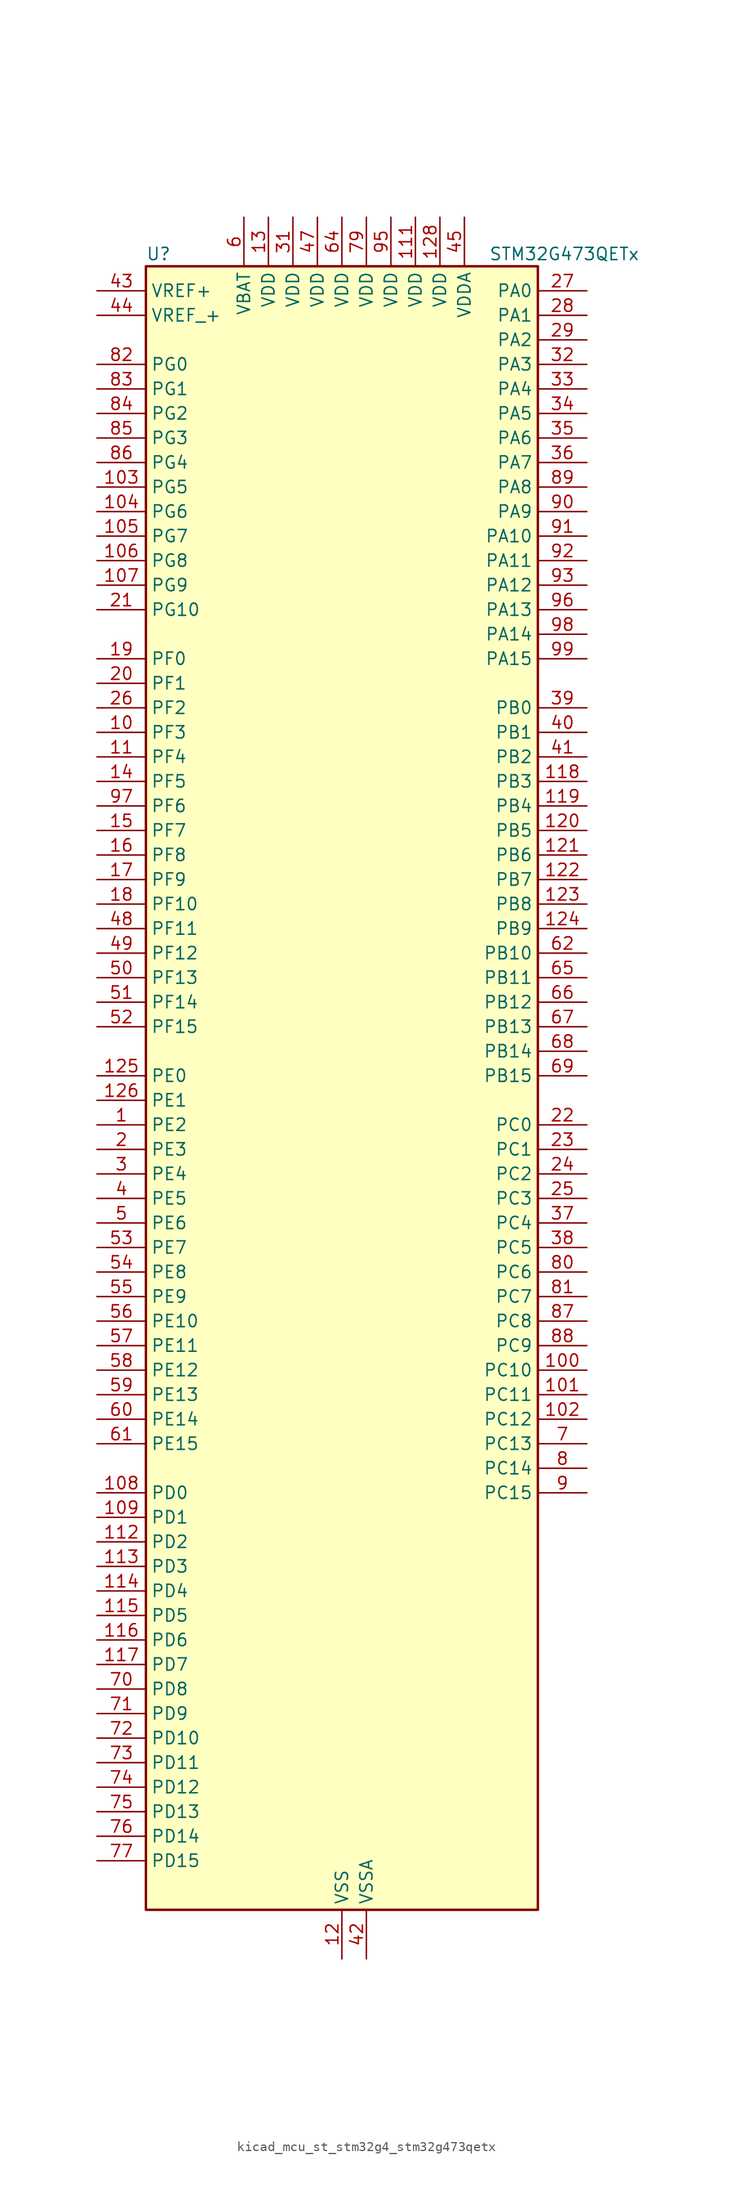
<source format=kicad_sym>
(kicad_symbol_lib
  (version 20220914)
  (generator kicad_symbol_editor)
  (symbol "kicad_mcu_st_stm32g4_stm32g473qetx"
    (property "Reference" "U"
      (at -20.32 87.63 0)
      (effects (font (size 1.27 1.27)) (justify left)))
    (property "Value" "STM32G473QETx"
      (at 15.24 87.63 0)
      (effects (font (size 1.27 1.27)) (justify left)))
    (property "ki_locked" ""
      (at 0 0 0)
      (effects (font (size 1.27 1.27))))
    (symbol "kicad_mcu_st_stm32g4_stm32g473qetx_0_1"
      (rectangle (start -20.32 -83.82) (end 20.32 86.36) (stroke (width 0.254) (type default)) (fill (type background))))
    (symbol "kicad_mcu_st_stm32g4_stm32g473qetx_1_1"
      (pin bidirectional line (at -25.4 -2.54 0) (length 5.08) (name "PE2" (effects (font (size 1.27 1.27)))) (number "1" (effects (font (size 1.27 1.27)))) (alternate "ADC3_EXTI2" bidirectional line) (alternate "ADC4_EXTI2" bidirectional line) (alternate "ADC5_EXTI2" bidirectional line) (alternate "FMC_A23" bidirectional line) (alternate "SAI1_CK1" bidirectional line) (alternate "SAI1_MCLK_A" bidirectional line) (alternate "SPI4_SCK" bidirectional line) (alternate "SYS_TRACECLK" bidirectional line) (alternate "TIM20_CH1" bidirectional line) (alternate "TIM3_CH1" bidirectional line))
      (pin bidirectional line (at -25.4 38.1 0) (length 5.08) (name "PF3" (effects (font (size 1.27 1.27)))) (number "10" (effects (font (size 1.27 1.27)))) (alternate "ADC3_EXTI3" bidirectional line) (alternate "ADC4_EXTI3" bidirectional line) (alternate "ADC5_EXTI3" bidirectional line) (alternate "FMC_A3" bidirectional line) (alternate "I2C3_SCL" bidirectional line) (alternate "TIM20_CH4" bidirectional line))
      (pin bidirectional line (at 25.4 -27.94 180) (length 5.08) (name "PC10" (effects (font (size 1.27 1.27)))) (number "100" (effects (font (size 1.27 1.27)))) (alternate "DAC1_EXTI10" bidirectional line) (alternate "DAC2_EXTI10" bidirectional line) (alternate "DAC3_EXTI10" bidirectional line) (alternate "DAC4_EXTI10" bidirectional line) (alternate "I2S3_CK" bidirectional line) (alternate "SPI3_SCK" bidirectional line) (alternate "TIM8_CH1N" bidirectional line) (alternate "UART4_TX" bidirectional line) (alternate "USART3_TX" bidirectional line))
      (pin bidirectional line (at 25.4 -30.48 180) (length 5.08) (name "PC11" (effects (font (size 1.27 1.27)))) (number "101" (effects (font (size 1.27 1.27)))) (alternate "ADC1_EXTI11" bidirectional line) (alternate "ADC2_EXTI11" bidirectional line) (alternate "I2C3_SDA" bidirectional line) (alternate "SPI3_MISO" bidirectional line) (alternate "TIM8_CH2N" bidirectional line) (alternate "UART4_RX" bidirectional line) (alternate "USART3_RX" bidirectional line))
      (pin bidirectional line (at 25.4 -33.02 180) (length 5.08) (name "PC12" (effects (font (size 1.27 1.27)))) (number "102" (effects (font (size 1.27 1.27)))) (alternate "I2S3_SD" bidirectional line) (alternate "SPI3_MOSI" bidirectional line) (alternate "TIM5_CH2" bidirectional line) (alternate "TIM8_CH3N" bidirectional line) (alternate "UART5_TX" bidirectional line) (alternate "UCPD1_FRSTX1" bidirectional line) (alternate "UCPD1_FRSTX2" bidirectional line) (alternate "USART3_CK" bidirectional line))
      (pin bidirectional line (at -25.4 63.5 0) (length 5.08) (name "PG5" (effects (font (size 1.27 1.27)))) (number "103" (effects (font (size 1.27 1.27)))) (alternate "FMC_A15" bidirectional line) (alternate "LPUART1_CTS" bidirectional line) (alternate "SPI1_NSS" bidirectional line) (alternate "TIM20_ETR" bidirectional line))
      (pin bidirectional line (at -25.4 60.96 0) (length 5.08) (name "PG6" (effects (font (size 1.27 1.27)))) (number "104" (effects (font (size 1.27 1.27)))) (alternate "FMC_INT" bidirectional line) (alternate "I2C3_SMBA" bidirectional line) (alternate "LPUART1_DE" bidirectional line) (alternate "LPUART1_RTS" bidirectional line) (alternate "TIM20_BKIN" bidirectional line))
      (pin bidirectional line (at -25.4 58.42 0) (length 5.08) (name "PG7" (effects (font (size 1.27 1.27)))) (number "105" (effects (font (size 1.27 1.27)))) (alternate "FMC_INT" bidirectional line) (alternate "I2C3_SCL" bidirectional line) (alternate "LPUART1_TX" bidirectional line) (alternate "SAI1_CK1" bidirectional line) (alternate "SAI1_MCLK_A" bidirectional line))
      (pin bidirectional line (at -25.4 55.88 0) (length 5.08) (name "PG8" (effects (font (size 1.27 1.27)))) (number "106" (effects (font (size 1.27 1.27)))) (alternate "FMC_NE3" bidirectional line) (alternate "I2C3_SDA" bidirectional line) (alternate "LPUART1_RX" bidirectional line))
      (pin bidirectional line (at -25.4 53.34 0) (length 5.08) (name "PG9" (effects (font (size 1.27 1.27)))) (number "107" (effects (font (size 1.27 1.27)))) (alternate "DAC1_EXTI9" bidirectional line) (alternate "DAC2_EXTI9" bidirectional line) (alternate "DAC3_EXTI9" bidirectional line) (alternate "DAC4_EXTI9" bidirectional line) (alternate "FMC_NCE" bidirectional line) (alternate "FMC_NE2" bidirectional line) (alternate "SPI3_SCK" bidirectional line) (alternate "TIM15_CH1N" bidirectional line) (alternate "USART1_TX" bidirectional line))
      (pin bidirectional line (at -25.4 -40.64 0) (length 5.08) (name "PD0" (effects (font (size 1.27 1.27)))) (number "108" (effects (font (size 1.27 1.27)))) (alternate "FDCAN1_RX" bidirectional line) (alternate "FMC_D2" bidirectional line) (alternate "FMC_DA2" bidirectional line) (alternate "TIM8_CH4N" bidirectional line))
      (pin bidirectional line (at -25.4 -43.18 0) (length 5.08) (name "PD1" (effects (font (size 1.27 1.27)))) (number "109" (effects (font (size 1.27 1.27)))) (alternate "FDCAN1_TX" bidirectional line) (alternate "FMC_D3" bidirectional line) (alternate "FMC_DA3" bidirectional line) (alternate "TIM8_BKIN2" bidirectional line) (alternate "TIM8_CH4" bidirectional line))
      (pin bidirectional line (at -25.4 35.56 0) (length 5.08) (name "PF4" (effects (font (size 1.27 1.27)))) (number "11" (effects (font (size 1.27 1.27)))) (alternate "COMP1_OUT" bidirectional line) (alternate "FMC_A4" bidirectional line) (alternate "I2C3_SDA" bidirectional line) (alternate "TIM20_CH1N" bidirectional line))
      (pin passive line (at 0 -88.9 90) (length 5.08) hide (name "VSS" (effects (font (size 1.27 1.27)))) (number "110" (effects (font (size 1.27 1.27)))))
      (pin power_in line (at 7.62 91.44 270) (length 5.08) (name "VDD" (effects (font (size 1.27 1.27)))) (number "111" (effects (font (size 1.27 1.27)))))
      (pin bidirectional line (at -25.4 -45.72 0) (length 5.08) (name "PD2" (effects (font (size 1.27 1.27)))) (number "112" (effects (font (size 1.27 1.27)))) (alternate "ADC3_EXTI2" bidirectional line) (alternate "ADC4_EXTI2" bidirectional line) (alternate "ADC5_EXTI2" bidirectional line) (alternate "TIM3_ETR" bidirectional line) (alternate "TIM8_BKIN" bidirectional line) (alternate "UART5_RX" bidirectional line))
      (pin bidirectional line (at -25.4 -48.26 0) (length 5.08) (name "PD3" (effects (font (size 1.27 1.27)))) (number "113" (effects (font (size 1.27 1.27)))) (alternate "ADC3_EXTI3" bidirectional line) (alternate "ADC4_EXTI3" bidirectional line) (alternate "ADC5_EXTI3" bidirectional line) (alternate "FMC_CLK" bidirectional line) (alternate "QUADSPI1_BK2_NCS" bidirectional line) (alternate "TIM2_CH1" bidirectional line) (alternate "TIM2_ETR" bidirectional line) (alternate "USART2_CTS" bidirectional line) (alternate "USART2_NSS" bidirectional line))
      (pin bidirectional line (at -25.4 -50.8 0) (length 5.08) (name "PD4" (effects (font (size 1.27 1.27)))) (number "114" (effects (font (size 1.27 1.27)))) (alternate "FMC_NOE" bidirectional line) (alternate "QUADSPI1_BK2_IO0" bidirectional line) (alternate "TIM2_CH2" bidirectional line) (alternate "USART2_DE" bidirectional line) (alternate "USART2_RTS" bidirectional line))
      (pin bidirectional line (at -25.4 -53.34 0) (length 5.08) (name "PD5" (effects (font (size 1.27 1.27)))) (number "115" (effects (font (size 1.27 1.27)))) (alternate "FMC_NWE" bidirectional line) (alternate "QUADSPI1_BK2_IO1" bidirectional line) (alternate "USART2_TX" bidirectional line))
      (pin bidirectional line (at -25.4 -55.88 0) (length 5.08) (name "PD6" (effects (font (size 1.27 1.27)))) (number "116" (effects (font (size 1.27 1.27)))) (alternate "FMC_NWAIT" bidirectional line) (alternate "QUADSPI1_BK2_IO2" bidirectional line) (alternate "SAI1_D1" bidirectional line) (alternate "SAI1_SD_A" bidirectional line) (alternate "TIM2_CH4" bidirectional line) (alternate "USART2_RX" bidirectional line))
      (pin bidirectional line (at -25.4 -58.42 0) (length 5.08) (name "PD7" (effects (font (size 1.27 1.27)))) (number "117" (effects (font (size 1.27 1.27)))) (alternate "FMC_NCE" bidirectional line) (alternate "FMC_NE1" bidirectional line) (alternate "QUADSPI1_BK2_IO3" bidirectional line) (alternate "TIM2_CH3" bidirectional line) (alternate "USART2_CK" bidirectional line))
      (pin bidirectional line (at 25.4 33.02 180) (length 5.08) (name "PB3" (effects (font (size 1.27 1.27)))) (number "118" (effects (font (size 1.27 1.27)))) (alternate "ADC3_EXTI3" bidirectional line) (alternate "ADC4_EXTI3" bidirectional line) (alternate "ADC5_EXTI3" bidirectional line) (alternate "CRS_SYNC" bidirectional line) (alternate "FDCAN3_RX" bidirectional line) (alternate "I2S3_CK" bidirectional line) (alternate "SAI1_SCK_B" bidirectional line) (alternate "SPI1_SCK" bidirectional line) (alternate "SPI3_SCK" bidirectional line) (alternate "SYS_JTDO-SWO" bidirectional line) (alternate "TIM2_CH2" bidirectional line) (alternate "TIM3_ETR" bidirectional line) (alternate "TIM4_ETR" bidirectional line) (alternate "TIM8_CH1N" bidirectional line) (alternate "USART2_TX" bidirectional line))
      (pin bidirectional line (at 25.4 30.48 180) (length 5.08) (name "PB4" (effects (font (size 1.27 1.27)))) (number "119" (effects (font (size 1.27 1.27)))) (alternate "FDCAN3_TX" bidirectional line) (alternate "SAI1_MCLK_B" bidirectional line) (alternate "SPI1_MISO" bidirectional line) (alternate "SPI3_MISO" bidirectional line) (alternate "SYS_JTRST" bidirectional line) (alternate "TIM16_CH1" bidirectional line) (alternate "TIM17_BKIN" bidirectional line) (alternate "TIM3_CH1" bidirectional line) (alternate "TIM8_CH2N" bidirectional line) (alternate "UART5_DE" bidirectional line) (alternate "UART5_RTS" bidirectional line) (alternate "UCPD1_CC2" bidirectional line) (alternate "USART2_RX" bidirectional line))
      (pin power_in line (at 0 -88.9 90) (length 5.08) (name "VSS" (effects (font (size 1.27 1.27)))) (number "12" (effects (font (size 1.27 1.27)))))
      (pin bidirectional line (at 25.4 27.94 180) (length 5.08) (name "PB5" (effects (font (size 1.27 1.27)))) (number "120" (effects (font (size 1.27 1.27)))) (alternate "FDCAN2_RX" bidirectional line) (alternate "I2C1_SMBA" bidirectional line) (alternate "I2C3_SDA" bidirectional line) (alternate "I2S3_SD" bidirectional line) (alternate "LPTIM1_IN1" bidirectional line) (alternate "SAI1_SD_B" bidirectional line) (alternate "SPI1_MOSI" bidirectional line) (alternate "SPI3_MOSI" bidirectional line) (alternate "TIM16_BKIN" bidirectional line) (alternate "TIM17_CH1" bidirectional line) (alternate "TIM3_CH2" bidirectional line) (alternate "TIM8_CH3N" bidirectional line) (alternate "UART5_CTS" bidirectional line) (alternate "USART2_CK" bidirectional line))
      (pin bidirectional line (at 25.4 25.4 180) (length 5.08) (name "PB6" (effects (font (size 1.27 1.27)))) (number "121" (effects (font (size 1.27 1.27)))) (alternate "COMP4_OUT" bidirectional line) (alternate "FDCAN2_TX" bidirectional line) (alternate "LPTIM1_ETR" bidirectional line) (alternate "SAI1_FS_B" bidirectional line) (alternate "TIM16_CH1N" bidirectional line) (alternate "TIM4_CH1" bidirectional line) (alternate "TIM8_BKIN2" bidirectional line) (alternate "TIM8_CH1" bidirectional line) (alternate "TIM8_ETR" bidirectional line) (alternate "UCPD1_CC1" bidirectional line) (alternate "USART1_TX" bidirectional line))
      (pin bidirectional line (at 25.4 22.86 180) (length 5.08) (name "PB7" (effects (font (size 1.27 1.27)))) (number "122" (effects (font (size 1.27 1.27)))) (alternate "COMP3_OUT" bidirectional line) (alternate "FMC_NL" bidirectional line) (alternate "I2C1_SDA" bidirectional line) (alternate "I2C4_SDA" bidirectional line) (alternate "LPTIM1_IN2" bidirectional line) (alternate "SYS_PVD_IN" bidirectional line) (alternate "TIM17_CH1N" bidirectional line) (alternate "TIM3_CH4" bidirectional line) (alternate "TIM4_CH2" bidirectional line) (alternate "TIM8_BKIN" bidirectional line) (alternate "UART4_CTS" bidirectional line) (alternate "USART1_RX" bidirectional line))
      (pin bidirectional line (at 25.4 20.32 180) (length 5.08) (name "PB8" (effects (font (size 1.27 1.27)))) (number "123" (effects (font (size 1.27 1.27)))) (alternate "COMP1_OUT" bidirectional line) (alternate "FDCAN1_RX" bidirectional line) (alternate "I2C1_SCL" bidirectional line) (alternate "SAI1_CK1" bidirectional line) (alternate "SAI1_MCLK_A" bidirectional line) (alternate "TIM16_CH1" bidirectional line) (alternate "TIM1_BKIN" bidirectional line) (alternate "TIM4_CH3" bidirectional line) (alternate "TIM8_CH2" bidirectional line) (alternate "USART3_RX" bidirectional line))
      (pin bidirectional line (at 25.4 17.78 180) (length 5.08) (name "PB9" (effects (font (size 1.27 1.27)))) (number "124" (effects (font (size 1.27 1.27)))) (alternate "COMP2_OUT" bidirectional line) (alternate "DAC1_EXTI9" bidirectional line) (alternate "DAC2_EXTI9" bidirectional line) (alternate "DAC3_EXTI9" bidirectional line) (alternate "DAC4_EXTI9" bidirectional line) (alternate "FDCAN1_TX" bidirectional line) (alternate "I2C1_SDA" bidirectional line) (alternate "IR_OUT" bidirectional line) (alternate "SAI1_D2" bidirectional line) (alternate "SAI1_FS_A" bidirectional line) (alternate "TIM17_CH1" bidirectional line) (alternate "TIM1_CH3N" bidirectional line) (alternate "TIM4_CH4" bidirectional line) (alternate "TIM8_CH3" bidirectional line) (alternate "USART3_TX" bidirectional line))
      (pin bidirectional line (at -25.4 2.54 0) (length 5.08) (name "PE0" (effects (font (size 1.27 1.27)))) (number "125" (effects (font (size 1.27 1.27)))) (alternate "FMC_NBL0" bidirectional line) (alternate "TIM16_CH1" bidirectional line) (alternate "TIM20_CH4N" bidirectional line) (alternate "TIM20_ETR" bidirectional line) (alternate "TIM4_ETR" bidirectional line) (alternate "USART1_TX" bidirectional line))
      (pin bidirectional line (at -25.4 0 0) (length 5.08) (name "PE1" (effects (font (size 1.27 1.27)))) (number "126" (effects (font (size 1.27 1.27)))) (alternate "FMC_NBL1" bidirectional line) (alternate "TIM17_CH1" bidirectional line) (alternate "TIM20_CH4" bidirectional line) (alternate "USART1_RX" bidirectional line))
      (pin passive line (at 0 -88.9 90) (length 5.08) hide (name "VSS" (effects (font (size 1.27 1.27)))) (number "127" (effects (font (size 1.27 1.27)))))
      (pin power_in line (at 10.16 91.44 270) (length 5.08) (name "VDD" (effects (font (size 1.27 1.27)))) (number "128" (effects (font (size 1.27 1.27)))))
      (pin power_in line (at -7.62 91.44 270) (length 5.08) (name "VDD" (effects (font (size 1.27 1.27)))) (number "13" (effects (font (size 1.27 1.27)))))
      (pin bidirectional line (at -25.4 33.02 0) (length 5.08) (name "PF5" (effects (font (size 1.27 1.27)))) (number "14" (effects (font (size 1.27 1.27)))) (alternate "FMC_A5" bidirectional line) (alternate "TIM20_CH2N" bidirectional line))
      (pin bidirectional line (at -25.4 27.94 0) (length 5.08) (name "PF7" (effects (font (size 1.27 1.27)))) (number "15" (effects (font (size 1.27 1.27)))) (alternate "FMC_A1" bidirectional line) (alternate "QUADSPI1_BK1_IO2" bidirectional line) (alternate "SAI1_MCLK_B" bidirectional line) (alternate "TIM20_BKIN" bidirectional line) (alternate "TIM5_CH2" bidirectional line))
      (pin bidirectional line (at -25.4 25.4 0) (length 5.08) (name "PF8" (effects (font (size 1.27 1.27)))) (number "16" (effects (font (size 1.27 1.27)))) (alternate "FMC_A24" bidirectional line) (alternate "QUADSPI1_BK1_IO0" bidirectional line) (alternate "SAI1_SCK_B" bidirectional line) (alternate "TIM20_BKIN2" bidirectional line) (alternate "TIM5_CH3" bidirectional line))
      (pin bidirectional line (at -25.4 22.86 0) (length 5.08) (name "PF9" (effects (font (size 1.27 1.27)))) (number "17" (effects (font (size 1.27 1.27)))) (alternate "DAC1_EXTI9" bidirectional line) (alternate "DAC2_EXTI9" bidirectional line) (alternate "DAC3_EXTI9" bidirectional line) (alternate "DAC4_EXTI9" bidirectional line) (alternate "FMC_A25" bidirectional line) (alternate "QUADSPI1_BK1_IO1" bidirectional line) (alternate "SAI1_FS_B" bidirectional line) (alternate "SPI2_SCK" bidirectional line) (alternate "TIM15_CH1" bidirectional line) (alternate "TIM20_BKIN" bidirectional line) (alternate "TIM5_CH4" bidirectional line))
      (pin bidirectional line (at -25.4 20.32 0) (length 5.08) (name "PF10" (effects (font (size 1.27 1.27)))) (number "18" (effects (font (size 1.27 1.27)))) (alternate "DAC1_EXTI10" bidirectional line) (alternate "DAC2_EXTI10" bidirectional line) (alternate "DAC3_EXTI10" bidirectional line) (alternate "DAC4_EXTI10" bidirectional line) (alternate "FMC_A0" bidirectional line) (alternate "QUADSPI1_CLK" bidirectional line) (alternate "SAI1_D3" bidirectional line) (alternate "SPI2_SCK" bidirectional line) (alternate "TIM15_CH2" bidirectional line) (alternate "TIM20_BKIN2" bidirectional line))
      (pin bidirectional line (at -25.4 45.72 0) (length 5.08) (name "PF0" (effects (font (size 1.27 1.27)))) (number "19" (effects (font (size 1.27 1.27)))) (alternate "ADC1_IN10" bidirectional line) (alternate "I2C2_SDA" bidirectional line) (alternate "I2S2_WS" bidirectional line) (alternate "RCC_OSC_IN" bidirectional line) (alternate "SPI2_NSS" bidirectional line) (alternate "TIM1_CH3N" bidirectional line))
      (pin bidirectional line (at -25.4 -5.08 0) (length 5.08) (name "PE3" (effects (font (size 1.27 1.27)))) (number "2" (effects (font (size 1.27 1.27)))) (alternate "ADC3_EXTI3" bidirectional line) (alternate "ADC4_EXTI3" bidirectional line) (alternate "ADC5_EXTI3" bidirectional line) (alternate "FMC_A19" bidirectional line) (alternate "SAI1_SD_B" bidirectional line) (alternate "SPI4_NSS" bidirectional line) (alternate "SYS_TRACED0" bidirectional line) (alternate "TIM20_CH2" bidirectional line) (alternate "TIM3_CH2" bidirectional line))
      (pin bidirectional line (at -25.4 43.18 0) (length 5.08) (name "PF1" (effects (font (size 1.27 1.27)))) (number "20" (effects (font (size 1.27 1.27)))) (alternate "ADC2_IN10" bidirectional line) (alternate "COMP3_INM" bidirectional line) (alternate "I2S2_CK" bidirectional line) (alternate "RCC_OSC_OUT" bidirectional line) (alternate "SPI2_SCK" bidirectional line))
      (pin bidirectional line (at -25.4 50.8 0) (length 5.08) (name "PG10" (effects (font (size 1.27 1.27)))) (number "21" (effects (font (size 1.27 1.27)))) (alternate "DAC1_EXTI10" bidirectional line) (alternate "DAC2_EXTI10" bidirectional line) (alternate "DAC3_EXTI10" bidirectional line) (alternate "DAC4_EXTI10" bidirectional line) (alternate "RCC_MCO" bidirectional line))
      (pin bidirectional line (at 25.4 -2.54 180) (length 5.08) (name "PC0" (effects (font (size 1.27 1.27)))) (number "22" (effects (font (size 1.27 1.27)))) (alternate "ADC1_IN6" bidirectional line) (alternate "ADC2_IN6" bidirectional line) (alternate "COMP3_INM" bidirectional line) (alternate "LPTIM1_IN1" bidirectional line) (alternate "LPUART1_RX" bidirectional line) (alternate "TIM1_CH1" bidirectional line))
      (pin bidirectional line (at 25.4 -5.08 180) (length 5.08) (name "PC1" (effects (font (size 1.27 1.27)))) (number "23" (effects (font (size 1.27 1.27)))) (alternate "ADC1_IN7" bidirectional line) (alternate "ADC2_IN7" bidirectional line) (alternate "COMP3_INP" bidirectional line) (alternate "LPTIM1_OUT" bidirectional line) (alternate "LPUART1_TX" bidirectional line) (alternate "QUADSPI1_BK2_IO0" bidirectional line) (alternate "SAI1_SD_A" bidirectional line) (alternate "TIM1_CH2" bidirectional line))
      (pin bidirectional line (at 25.4 -7.62 180) (length 5.08) (name "PC2" (effects (font (size 1.27 1.27)))) (number "24" (effects (font (size 1.27 1.27)))) (alternate "ADC1_IN8" bidirectional line) (alternate "ADC2_IN8" bidirectional line) (alternate "ADC3_EXTI2" bidirectional line) (alternate "ADC4_EXTI2" bidirectional line) (alternate "ADC5_EXTI2" bidirectional line) (alternate "COMP3_OUT" bidirectional line) (alternate "LPTIM1_IN2" bidirectional line) (alternate "QUADSPI1_BK2_IO1" bidirectional line) (alternate "TIM1_CH3" bidirectional line) (alternate "TIM20_CH2" bidirectional line))
      (pin bidirectional line (at 25.4 -10.16 180) (length 5.08) (name "PC3" (effects (font (size 1.27 1.27)))) (number "25" (effects (font (size 1.27 1.27)))) (alternate "ADC1_IN9" bidirectional line) (alternate "ADC2_IN9" bidirectional line) (alternate "ADC3_EXTI3" bidirectional line) (alternate "ADC4_EXTI3" bidirectional line) (alternate "ADC5_EXTI3" bidirectional line) (alternate "LPTIM1_ETR" bidirectional line) (alternate "OPAMP5_VINP" bidirectional line) (alternate "OPAMP5_VINP_SEC" bidirectional line) (alternate "QUADSPI1_BK2_IO2" bidirectional line) (alternate "SAI1_D1" bidirectional line) (alternate "SAI1_SD_A" bidirectional line) (alternate "TIM1_BKIN2" bidirectional line) (alternate "TIM1_CH4" bidirectional line))
      (pin bidirectional line (at -25.4 40.64 0) (length 5.08) (name "PF2" (effects (font (size 1.27 1.27)))) (number "26" (effects (font (size 1.27 1.27)))) (alternate "ADC3_EXTI2" bidirectional line) (alternate "ADC4_EXTI2" bidirectional line) (alternate "ADC5_EXTI2" bidirectional line) (alternate "FMC_A2" bidirectional line) (alternate "I2C2_SMBA" bidirectional line) (alternate "TIM20_CH3" bidirectional line))
      (pin bidirectional line (at 25.4 83.82 180) (length 5.08) (name "PA0" (effects (font (size 1.27 1.27)))) (number "27" (effects (font (size 1.27 1.27)))) (alternate "ADC1_IN1" bidirectional line) (alternate "ADC2_IN1" bidirectional line) (alternate "COMP1_INM" bidirectional line) (alternate "COMP1_OUT" bidirectional line) (alternate "COMP3_INP" bidirectional line) (alternate "RTC_TAMP2" bidirectional line) (alternate "SYS_WKUP1" bidirectional line) (alternate "TIM2_CH1" bidirectional line) (alternate "TIM2_ETR" bidirectional line) (alternate "TIM5_CH1" bidirectional line) (alternate "TIM8_BKIN" bidirectional line) (alternate "TIM8_ETR" bidirectional line) (alternate "USART2_CTS" bidirectional line) (alternate "USART2_NSS" bidirectional line))
      (pin bidirectional line (at 25.4 81.28 180) (length 5.08) (name "PA1" (effects (font (size 1.27 1.27)))) (number "28" (effects (font (size 1.27 1.27)))) (alternate "ADC1_IN2" bidirectional line) (alternate "ADC2_IN2" bidirectional line) (alternate "COMP1_INP" bidirectional line) (alternate "OPAMP1_VINP" bidirectional line) (alternate "OPAMP1_VINP_SEC" bidirectional line) (alternate "OPAMP3_VINP" bidirectional line) (alternate "OPAMP3_VINP_SEC" bidirectional line) (alternate "OPAMP6_VINM" bidirectional line) (alternate "OPAMP6_VINM0" bidirectional line) (alternate "OPAMP6_VINM_SEC" bidirectional line) (alternate "RTC_REFIN" bidirectional line) (alternate "TIM15_CH1N" bidirectional line) (alternate "TIM2_CH2" bidirectional line) (alternate "TIM5_CH2" bidirectional line) (alternate "USART2_DE" bidirectional line) (alternate "USART2_RTS" bidirectional line))
      (pin bidirectional line (at 25.4 78.74 180) (length 5.08) (name "PA2" (effects (font (size 1.27 1.27)))) (number "29" (effects (font (size 1.27 1.27)))) (alternate "ADC1_IN3" bidirectional line) (alternate "ADC3_EXTI2" bidirectional line) (alternate "ADC4_EXTI2" bidirectional line) (alternate "ADC5_EXTI2" bidirectional line) (alternate "COMP2_INM" bidirectional line) (alternate "COMP2_OUT" bidirectional line) (alternate "LPUART1_TX" bidirectional line) (alternate "OPAMP1_VOUT" bidirectional line) (alternate "QUADSPI1_BK1_NCS" bidirectional line) (alternate "RCC_LSCO" bidirectional line) (alternate "SYS_WKUP4" bidirectional line) (alternate "TIM15_CH1" bidirectional line) (alternate "TIM2_CH3" bidirectional line) (alternate "TIM5_CH3" bidirectional line) (alternate "UCPD1_FRSTX1" bidirectional line) (alternate "UCPD1_FRSTX2" bidirectional line) (alternate "USART2_TX" bidirectional line))
      (pin bidirectional line (at -25.4 -7.62 0) (length 5.08) (name "PE4" (effects (font (size 1.27 1.27)))) (number "3" (effects (font (size 1.27 1.27)))) (alternate "FMC_A20" bidirectional line) (alternate "SAI1_D2" bidirectional line) (alternate "SAI1_FS_A" bidirectional line) (alternate "SPI4_NSS" bidirectional line) (alternate "SYS_TRACED1" bidirectional line) (alternate "TIM20_CH1N" bidirectional line) (alternate "TIM3_CH3" bidirectional line))
      (pin passive line (at 0 -88.9 90) (length 5.08) hide (name "VSS" (effects (font (size 1.27 1.27)))) (number "30" (effects (font (size 1.27 1.27)))))
      (pin power_in line (at -5.08 91.44 270) (length 5.08) (name "VDD" (effects (font (size 1.27 1.27)))) (number "31" (effects (font (size 1.27 1.27)))))
      (pin bidirectional line (at 25.4 76.2 180) (length 5.08) (name "PA3" (effects (font (size 1.27 1.27)))) (number "32" (effects (font (size 1.27 1.27)))) (alternate "ADC1_IN4" bidirectional line) (alternate "ADC3_EXTI3" bidirectional line) (alternate "ADC4_EXTI3" bidirectional line) (alternate "ADC5_EXTI3" bidirectional line) (alternate "COMP2_INP" bidirectional line) (alternate "LPUART1_RX" bidirectional line) (alternate "OPAMP1_VINM" bidirectional line) (alternate "OPAMP1_VINM0" bidirectional line) (alternate "OPAMP1_VINM_SEC" bidirectional line) (alternate "OPAMP1_VINP" bidirectional line) (alternate "OPAMP1_VINP_SEC" bidirectional line) (alternate "OPAMP5_VINM" bidirectional line) (alternate "OPAMP5_VINM1" bidirectional line) (alternate "OPAMP5_VINM_SEC" bidirectional line) (alternate "QUADSPI1_CLK" bidirectional line) (alternate "SAI1_CK1" bidirectional line) (alternate "SAI1_MCLK_A" bidirectional line) (alternate "TIM15_CH2" bidirectional line) (alternate "TIM2_CH4" bidirectional line) (alternate "TIM5_CH4" bidirectional line) (alternate "USART2_RX" bidirectional line))
      (pin bidirectional line (at 25.4 73.66 180) (length 5.08) (name "PA4" (effects (font (size 1.27 1.27)))) (number "33" (effects (font (size 1.27 1.27)))) (alternate "ADC2_IN17" bidirectional line) (alternate "COMP1_INM" bidirectional line) (alternate "DAC1_OUT1" bidirectional line) (alternate "I2S3_WS" bidirectional line) (alternate "SAI1_FS_B" bidirectional line) (alternate "SPI1_NSS" bidirectional line) (alternate "SPI3_NSS" bidirectional line) (alternate "TIM3_CH2" bidirectional line) (alternate "USART2_CK" bidirectional line))
      (pin bidirectional line (at 25.4 71.12 180) (length 5.08) (name "PA5" (effects (font (size 1.27 1.27)))) (number "34" (effects (font (size 1.27 1.27)))) (alternate "ADC2_IN13" bidirectional line) (alternate "COMP2_INM" bidirectional line) (alternate "DAC1_OUT2" bidirectional line) (alternate "OPAMP2_VINM" bidirectional line) (alternate "OPAMP2_VINM0" bidirectional line) (alternate "OPAMP2_VINM_SEC" bidirectional line) (alternate "SPI1_SCK" bidirectional line) (alternate "TIM2_CH1" bidirectional line) (alternate "TIM2_ETR" bidirectional line) (alternate "UCPD1_FRSTX1" bidirectional line) (alternate "UCPD1_FRSTX2" bidirectional line))
      (pin bidirectional line (at 25.4 68.58 180) (length 5.08) (name "PA6" (effects (font (size 1.27 1.27)))) (number "35" (effects (font (size 1.27 1.27)))) (alternate "ADC2_IN3" bidirectional line) (alternate "COMP1_OUT" bidirectional line) (alternate "DAC2_OUT1" bidirectional line) (alternate "LPUART1_CTS" bidirectional line) (alternate "OPAMP2_VOUT" bidirectional line) (alternate "QUADSPI1_BK1_IO3" bidirectional line) (alternate "SPI1_MISO" bidirectional line) (alternate "TIM16_CH1" bidirectional line) (alternate "TIM1_BKIN" bidirectional line) (alternate "TIM3_CH1" bidirectional line) (alternate "TIM8_BKIN" bidirectional line))
      (pin bidirectional line (at 25.4 66.04 180) (length 5.08) (name "PA7" (effects (font (size 1.27 1.27)))) (number "36" (effects (font (size 1.27 1.27)))) (alternate "ADC2_IN4" bidirectional line) (alternate "COMP2_INP" bidirectional line) (alternate "COMP2_OUT" bidirectional line) (alternate "OPAMP1_VINP" bidirectional line) (alternate "OPAMP1_VINP_SEC" bidirectional line) (alternate "OPAMP2_VINP" bidirectional line) (alternate "OPAMP2_VINP_SEC" bidirectional line) (alternate "QUADSPI1_BK1_IO2" bidirectional line) (alternate "SPI1_MOSI" bidirectional line) (alternate "TIM17_CH1" bidirectional line) (alternate "TIM1_CH1N" bidirectional line) (alternate "TIM3_CH2" bidirectional line) (alternate "TIM8_CH1N" bidirectional line) (alternate "UCPD1_FRSTX1" bidirectional line) (alternate "UCPD1_FRSTX2" bidirectional line))
      (pin bidirectional line (at 25.4 -12.7 180) (length 5.08) (name "PC4" (effects (font (size 1.27 1.27)))) (number "37" (effects (font (size 1.27 1.27)))) (alternate "ADC2_IN5" bidirectional line) (alternate "I2C2_SCL" bidirectional line) (alternate "QUADSPI1_BK2_IO3" bidirectional line) (alternate "TIM1_ETR" bidirectional line) (alternate "USART1_TX" bidirectional line))
      (pin bidirectional line (at 25.4 -15.24 180) (length 5.08) (name "PC5" (effects (font (size 1.27 1.27)))) (number "38" (effects (font (size 1.27 1.27)))) (alternate "ADC2_IN11" bidirectional line) (alternate "OPAMP1_VINM" bidirectional line) (alternate "OPAMP1_VINM1" bidirectional line) (alternate "OPAMP1_VINM_SEC" bidirectional line) (alternate "OPAMP2_VINM" bidirectional line) (alternate "OPAMP2_VINM1" bidirectional line) (alternate "OPAMP2_VINM_SEC" bidirectional line) (alternate "SAI1_D3" bidirectional line) (alternate "SYS_WKUP5" bidirectional line) (alternate "TIM15_BKIN" bidirectional line) (alternate "TIM1_CH4N" bidirectional line) (alternate "USART1_RX" bidirectional line))
      (pin bidirectional line (at 25.4 40.64 180) (length 5.08) (name "PB0" (effects (font (size 1.27 1.27)))) (number "39" (effects (font (size 1.27 1.27)))) (alternate "ADC1_IN15" bidirectional line) (alternate "ADC3_IN12" bidirectional line) (alternate "COMP4_INP" bidirectional line) (alternate "OPAMP2_VINP" bidirectional line) (alternate "OPAMP2_VINP_SEC" bidirectional line) (alternate "OPAMP3_VINP" bidirectional line) (alternate "OPAMP3_VINP_SEC" bidirectional line) (alternate "QUADSPI1_BK1_IO1" bidirectional line) (alternate "TIM1_CH2N" bidirectional line) (alternate "TIM3_CH3" bidirectional line) (alternate "TIM8_CH2N" bidirectional line) (alternate "UCPD1_FRSTX1" bidirectional line) (alternate "UCPD1_FRSTX2" bidirectional line))
      (pin bidirectional line (at -25.4 -10.16 0) (length 5.08) (name "PE5" (effects (font (size 1.27 1.27)))) (number "4" (effects (font (size 1.27 1.27)))) (alternate "FMC_A21" bidirectional line) (alternate "SAI1_CK2" bidirectional line) (alternate "SAI1_SCK_A" bidirectional line) (alternate "SPI4_MISO" bidirectional line) (alternate "SYS_TRACED2" bidirectional line) (alternate "TIM20_CH2N" bidirectional line) (alternate "TIM3_CH4" bidirectional line))
      (pin bidirectional line (at 25.4 38.1 180) (length 5.08) (name "PB1" (effects (font (size 1.27 1.27)))) (number "40" (effects (font (size 1.27 1.27)))) (alternate "ADC1_IN12" bidirectional line) (alternate "ADC3_IN1" bidirectional line) (alternate "COMP1_INP" bidirectional line) (alternate "COMP4_OUT" bidirectional line) (alternate "LPUART1_DE" bidirectional line) (alternate "LPUART1_RTS" bidirectional line) (alternate "OPAMP3_VOUT" bidirectional line) (alternate "OPAMP6_VINM" bidirectional line) (alternate "OPAMP6_VINM1" bidirectional line) (alternate "OPAMP6_VINM_SEC" bidirectional line) (alternate "QUADSPI1_BK1_IO0" bidirectional line) (alternate "TIM1_CH3N" bidirectional line) (alternate "TIM3_CH4" bidirectional line) (alternate "TIM8_CH3N" bidirectional line))
      (pin bidirectional line (at 25.4 35.56 180) (length 5.08) (name "PB2" (effects (font (size 1.27 1.27)))) (number "41" (effects (font (size 1.27 1.27)))) (alternate "ADC2_IN12" bidirectional line) (alternate "ADC3_EXTI2" bidirectional line) (alternate "ADC4_EXTI2" bidirectional line) (alternate "ADC5_EXTI2" bidirectional line) (alternate "COMP4_INM" bidirectional line) (alternate "I2C3_SMBA" bidirectional line) (alternate "LPTIM1_OUT" bidirectional line) (alternate "OPAMP3_VINM" bidirectional line) (alternate "OPAMP3_VINM0" bidirectional line) (alternate "OPAMP3_VINM_SEC" bidirectional line) (alternate "QUADSPI1_BK2_IO1" bidirectional line) (alternate "RTC_OUT2" bidirectional line) (alternate "TIM20_CH1" bidirectional line) (alternate "TIM5_CH1" bidirectional line))
      (pin power_in line (at 2.54 -88.9 90) (length 5.08) (name "VSSA" (effects (font (size 1.27 1.27)))) (number "42" (effects (font (size 1.27 1.27)))))
      (pin input line (at -25.4 83.82 0) (length 5.08) (name "VREF+" (effects (font (size 1.27 1.27)))) (number "43" (effects (font (size 1.27 1.27)))) (alternate "VREFBUF_OUT1" bidirectional line))
      (pin input line (at -25.4 81.28 0) (length 5.08) (name "VREF_+" (effects (font (size 1.27 1.27)))) (number "44" (effects (font (size 1.27 1.27)))) (alternate "VREFBUF_OUT2" bidirectional line))
      (pin power_in line (at 12.7 91.44 270) (length 5.08) (name "VDDA" (effects (font (size 1.27 1.27)))) (number "45" (effects (font (size 1.27 1.27)))))
      (pin passive line (at 0 -88.9 90) (length 5.08) hide (name "VSS" (effects (font (size 1.27 1.27)))) (number "46" (effects (font (size 1.27 1.27)))))
      (pin power_in line (at -2.54 91.44 270) (length 5.08) (name "VDD" (effects (font (size 1.27 1.27)))) (number "47" (effects (font (size 1.27 1.27)))))
      (pin bidirectional line (at -25.4 17.78 0) (length 5.08) (name "PF11" (effects (font (size 1.27 1.27)))) (number "48" (effects (font (size 1.27 1.27)))) (alternate "ADC1_EXTI11" bidirectional line) (alternate "ADC2_EXTI11" bidirectional line) (alternate "FMC_NE4" bidirectional line) (alternate "TIM20_ETR" bidirectional line))
      (pin bidirectional line (at -25.4 15.24 0) (length 5.08) (name "PF12" (effects (font (size 1.27 1.27)))) (number "49" (effects (font (size 1.27 1.27)))) (alternate "FMC_A6" bidirectional line) (alternate "TIM20_CH1" bidirectional line))
      (pin bidirectional line (at -25.4 -12.7 0) (length 5.08) (name "PE6" (effects (font (size 1.27 1.27)))) (number "5" (effects (font (size 1.27 1.27)))) (alternate "FMC_A22" bidirectional line) (alternate "RTC_TAMP3" bidirectional line) (alternate "SAI1_D1" bidirectional line) (alternate "SAI1_SD_A" bidirectional line) (alternate "SPI4_MOSI" bidirectional line) (alternate "SYS_TRACED3" bidirectional line) (alternate "SYS_WKUP3" bidirectional line) (alternate "TIM20_CH3N" bidirectional line))
      (pin bidirectional line (at -25.4 12.7 0) (length 5.08) (name "PF13" (effects (font (size 1.27 1.27)))) (number "50" (effects (font (size 1.27 1.27)))) (alternate "FMC_A7" bidirectional line) (alternate "I2C4_SMBA" bidirectional line) (alternate "TIM20_CH2" bidirectional line))
      (pin bidirectional line (at -25.4 10.16 0) (length 5.08) (name "PF14" (effects (font (size 1.27 1.27)))) (number "51" (effects (font (size 1.27 1.27)))) (alternate "FMC_A8" bidirectional line) (alternate "I2C4_SCL" bidirectional line) (alternate "TIM20_CH3" bidirectional line))
      (pin bidirectional line (at -25.4 7.62 0) (length 5.08) (name "PF15" (effects (font (size 1.27 1.27)))) (number "52" (effects (font (size 1.27 1.27)))) (alternate "ADC1_EXTI15" bidirectional line) (alternate "ADC2_EXTI15" bidirectional line) (alternate "FMC_A9" bidirectional line) (alternate "I2C4_SDA" bidirectional line) (alternate "TIM20_CH4" bidirectional line))
      (pin bidirectional line (at -25.4 -15.24 0) (length 5.08) (name "PE7" (effects (font (size 1.27 1.27)))) (number "53" (effects (font (size 1.27 1.27)))) (alternate "ADC3_IN4" bidirectional line) (alternate "COMP4_INP" bidirectional line) (alternate "FMC_D4" bidirectional line) (alternate "FMC_DA4" bidirectional line) (alternate "SAI1_SD_B" bidirectional line) (alternate "TIM1_ETR" bidirectional line))
      (pin bidirectional line (at -25.4 -17.78 0) (length 5.08) (name "PE8" (effects (font (size 1.27 1.27)))) (number "54" (effects (font (size 1.27 1.27)))) (alternate "ADC3_IN6" bidirectional line) (alternate "ADC4_IN6" bidirectional line) (alternate "ADC5_IN6" bidirectional line) (alternate "COMP4_INM" bidirectional line) (alternate "FMC_D5" bidirectional line) (alternate "FMC_DA5" bidirectional line) (alternate "SAI1_SCK_B" bidirectional line) (alternate "TIM1_CH1N" bidirectional line) (alternate "TIM5_CH3" bidirectional line))
      (pin bidirectional line (at -25.4 -20.32 0) (length 5.08) (name "PE9" (effects (font (size 1.27 1.27)))) (number "55" (effects (font (size 1.27 1.27)))) (alternate "ADC3_IN2" bidirectional line) (alternate "DAC1_EXTI9" bidirectional line) (alternate "DAC2_EXTI9" bidirectional line) (alternate "DAC3_EXTI9" bidirectional line) (alternate "DAC4_EXTI9" bidirectional line) (alternate "FMC_D6" bidirectional line) (alternate "FMC_DA6" bidirectional line) (alternate "SAI1_FS_B" bidirectional line) (alternate "TIM1_CH1" bidirectional line) (alternate "TIM5_CH4" bidirectional line))
      (pin bidirectional line (at -25.4 -22.86 0) (length 5.08) (name "PE10" (effects (font (size 1.27 1.27)))) (number "56" (effects (font (size 1.27 1.27)))) (alternate "ADC3_IN14" bidirectional line) (alternate "ADC4_IN14" bidirectional line) (alternate "ADC5_IN14" bidirectional line) (alternate "DAC1_EXTI10" bidirectional line) (alternate "DAC2_EXTI10" bidirectional line) (alternate "DAC3_EXTI10" bidirectional line) (alternate "DAC4_EXTI10" bidirectional line) (alternate "FMC_D7" bidirectional line) (alternate "FMC_DA7" bidirectional line) (alternate "QUADSPI1_CLK" bidirectional line) (alternate "SAI1_MCLK_B" bidirectional line) (alternate "TIM1_CH2N" bidirectional line))
      (pin bidirectional line (at -25.4 -25.4 0) (length 5.08) (name "PE11" (effects (font (size 1.27 1.27)))) (number "57" (effects (font (size 1.27 1.27)))) (alternate "ADC1_EXTI11" bidirectional line) (alternate "ADC2_EXTI11" bidirectional line) (alternate "ADC3_IN15" bidirectional line) (alternate "ADC4_IN15" bidirectional line) (alternate "ADC5_IN15" bidirectional line) (alternate "FMC_D8" bidirectional line) (alternate "FMC_DA8" bidirectional line) (alternate "QUADSPI1_BK1_NCS" bidirectional line) (alternate "SPI4_NSS" bidirectional line) (alternate "TIM1_CH2" bidirectional line))
      (pin bidirectional line (at -25.4 -27.94 0) (length 5.08) (name "PE12" (effects (font (size 1.27 1.27)))) (number "58" (effects (font (size 1.27 1.27)))) (alternate "ADC3_IN16" bidirectional line) (alternate "ADC4_IN16" bidirectional line) (alternate "ADC5_IN16" bidirectional line) (alternate "FMC_D9" bidirectional line) (alternate "FMC_DA9" bidirectional line) (alternate "QUADSPI1_BK1_IO0" bidirectional line) (alternate "SPI4_SCK" bidirectional line) (alternate "TIM1_CH3N" bidirectional line))
      (pin bidirectional line (at -25.4 -30.48 0) (length 5.08) (name "PE13" (effects (font (size 1.27 1.27)))) (number "59" (effects (font (size 1.27 1.27)))) (alternate "ADC3_IN3" bidirectional line) (alternate "FMC_D10" bidirectional line) (alternate "FMC_DA10" bidirectional line) (alternate "QUADSPI1_BK1_IO1" bidirectional line) (alternate "SPI4_MISO" bidirectional line) (alternate "TIM1_CH3" bidirectional line))
      (pin power_in line (at -10.16 91.44 270) (length 5.08) (name "VBAT" (effects (font (size 1.27 1.27)))) (number "6" (effects (font (size 1.27 1.27)))))
      (pin bidirectional line (at -25.4 -33.02 0) (length 5.08) (name "PE14" (effects (font (size 1.27 1.27)))) (number "60" (effects (font (size 1.27 1.27)))) (alternate "ADC4_IN1" bidirectional line) (alternate "FMC_D11" bidirectional line) (alternate "FMC_DA11" bidirectional line) (alternate "QUADSPI1_BK1_IO2" bidirectional line) (alternate "SPI4_MOSI" bidirectional line) (alternate "TIM1_BKIN2" bidirectional line) (alternate "TIM1_CH4" bidirectional line))
      (pin bidirectional line (at -25.4 -35.56 0) (length 5.08) (name "PE15" (effects (font (size 1.27 1.27)))) (number "61" (effects (font (size 1.27 1.27)))) (alternate "ADC1_EXTI15" bidirectional line) (alternate "ADC2_EXTI15" bidirectional line) (alternate "ADC4_IN2" bidirectional line) (alternate "FMC_D12" bidirectional line) (alternate "FMC_DA12" bidirectional line) (alternate "QUADSPI1_BK1_IO3" bidirectional line) (alternate "TIM1_BKIN" bidirectional line) (alternate "TIM1_CH4N" bidirectional line) (alternate "USART3_RX" bidirectional line))
      (pin bidirectional line (at 25.4 15.24 180) (length 5.08) (name "PB10" (effects (font (size 1.27 1.27)))) (number "62" (effects (font (size 1.27 1.27)))) (alternate "COMP5_INM" bidirectional line) (alternate "DAC1_EXTI10" bidirectional line) (alternate "DAC2_EXTI10" bidirectional line) (alternate "DAC3_EXTI10" bidirectional line) (alternate "DAC4_EXTI10" bidirectional line) (alternate "LPUART1_RX" bidirectional line) (alternate "OPAMP3_VINM" bidirectional line) (alternate "OPAMP3_VINM1" bidirectional line) (alternate "OPAMP3_VINM_SEC" bidirectional line) (alternate "OPAMP4_VINM" bidirectional line) (alternate "OPAMP4_VINM0" bidirectional line) (alternate "OPAMP4_VINM_SEC" bidirectional line) (alternate "QUADSPI1_CLK" bidirectional line) (alternate "SAI1_SCK_A" bidirectional line) (alternate "TIM1_BKIN" bidirectional line) (alternate "TIM2_CH3" bidirectional line) (alternate "USART3_TX" bidirectional line))
      (pin passive line (at 0 -88.9 90) (length 5.08) hide (name "VSS" (effects (font (size 1.27 1.27)))) (number "63" (effects (font (size 1.27 1.27)))))
      (pin power_in line (at 0 91.44 270) (length 5.08) (name "VDD" (effects (font (size 1.27 1.27)))) (number "64" (effects (font (size 1.27 1.27)))))
      (pin bidirectional line (at 25.4 12.7 180) (length 5.08) (name "PB11" (effects (font (size 1.27 1.27)))) (number "65" (effects (font (size 1.27 1.27)))) (alternate "ADC1_EXTI11" bidirectional line) (alternate "ADC1_IN14" bidirectional line) (alternate "ADC2_EXTI11" bidirectional line) (alternate "ADC2_IN14" bidirectional line) (alternate "COMP6_INP" bidirectional line) (alternate "LPUART1_TX" bidirectional line) (alternate "OPAMP4_VINP" bidirectional line) (alternate "OPAMP4_VINP_SEC" bidirectional line) (alternate "OPAMP6_VOUT" bidirectional line) (alternate "QUADSPI1_BK1_NCS" bidirectional line) (alternate "TIM2_CH4" bidirectional line) (alternate "USART3_RX" bidirectional line))
      (pin bidirectional line (at 25.4 10.16 180) (length 5.08) (name "PB12" (effects (font (size 1.27 1.27)))) (number "66" (effects (font (size 1.27 1.27)))) (alternate "ADC1_IN11" bidirectional line) (alternate "ADC4_IN3" bidirectional line) (alternate "COMP7_INM" bidirectional line) (alternate "FDCAN2_RX" bidirectional line) (alternate "I2C2_SMBA" bidirectional line) (alternate "I2S2_WS" bidirectional line) (alternate "LPUART1_DE" bidirectional line) (alternate "LPUART1_RTS" bidirectional line) (alternate "OPAMP4_VOUT" bidirectional line) (alternate "OPAMP6_VINP" bidirectional line) (alternate "OPAMP6_VINP_SEC" bidirectional line) (alternate "SPI2_NSS" bidirectional line) (alternate "TIM1_BKIN" bidirectional line) (alternate "TIM5_ETR" bidirectional line) (alternate "USART3_CK" bidirectional line))
      (pin bidirectional line (at 25.4 7.62 180) (length 5.08) (name "PB13" (effects (font (size 1.27 1.27)))) (number "67" (effects (font (size 1.27 1.27)))) (alternate "ADC3_IN5" bidirectional line) (alternate "COMP5_INP" bidirectional line) (alternate "FDCAN2_TX" bidirectional line) (alternate "I2S2_CK" bidirectional line) (alternate "LPUART1_CTS" bidirectional line) (alternate "OPAMP3_VINP" bidirectional line) (alternate "OPAMP3_VINP_SEC" bidirectional line) (alternate "OPAMP4_VINP" bidirectional line) (alternate "OPAMP4_VINP_SEC" bidirectional line) (alternate "OPAMP6_VINP" bidirectional line) (alternate "OPAMP6_VINP_SEC" bidirectional line) (alternate "SPI2_SCK" bidirectional line) (alternate "TIM1_CH1N" bidirectional line) (alternate "USART3_CTS" bidirectional line) (alternate "USART3_NSS" bidirectional line))
      (pin bidirectional line (at 25.4 5.08 180) (length 5.08) (name "PB14" (effects (font (size 1.27 1.27)))) (number "68" (effects (font (size 1.27 1.27)))) (alternate "ADC1_IN5" bidirectional line) (alternate "ADC4_IN4" bidirectional line) (alternate "COMP4_OUT" bidirectional line) (alternate "COMP7_INP" bidirectional line) (alternate "OPAMP2_VINP" bidirectional line) (alternate "OPAMP2_VINP_SEC" bidirectional line) (alternate "OPAMP5_VINP" bidirectional line) (alternate "OPAMP5_VINP_SEC" bidirectional line) (alternate "SPI2_MISO" bidirectional line) (alternate "TIM15_CH1" bidirectional line) (alternate "TIM1_CH2N" bidirectional line) (alternate "USART3_DE" bidirectional line) (alternate "USART3_RTS" bidirectional line))
      (pin bidirectional line (at 25.4 2.54 180) (length 5.08) (name "PB15" (effects (font (size 1.27 1.27)))) (number "69" (effects (font (size 1.27 1.27)))) (alternate "ADC1_EXTI15" bidirectional line) (alternate "ADC2_EXTI15" bidirectional line) (alternate "ADC2_IN15" bidirectional line) (alternate "ADC4_IN5" bidirectional line) (alternate "COMP3_OUT" bidirectional line) (alternate "COMP6_INM" bidirectional line) (alternate "I2S2_SD" bidirectional line) (alternate "OPAMP5_VINM" bidirectional line) (alternate "OPAMP5_VINM0" bidirectional line) (alternate "OPAMP5_VINM_SEC" bidirectional line) (alternate "RTC_REFIN" bidirectional line) (alternate "SPI2_MOSI" bidirectional line) (alternate "TIM15_CH1N" bidirectional line) (alternate "TIM15_CH2" bidirectional line) (alternate "TIM1_CH3N" bidirectional line))
      (pin bidirectional line (at 25.4 -35.56 180) (length 5.08) (name "PC13" (effects (font (size 1.27 1.27)))) (number "7" (effects (font (size 1.27 1.27)))) (alternate "RTC_OUT1" bidirectional line) (alternate "RTC_TAMP1" bidirectional line) (alternate "RTC_TS" bidirectional line) (alternate "SYS_WKUP2" bidirectional line) (alternate "TIM1_BKIN" bidirectional line) (alternate "TIM1_CH1N" bidirectional line) (alternate "TIM8_CH4N" bidirectional line))
      (pin bidirectional line (at -25.4 -60.96 0) (length 5.08) (name "PD8" (effects (font (size 1.27 1.27)))) (number "70" (effects (font (size 1.27 1.27)))) (alternate "ADC4_IN12" bidirectional line) (alternate "ADC5_IN12" bidirectional line) (alternate "FMC_D13" bidirectional line) (alternate "FMC_DA13" bidirectional line) (alternate "OPAMP4_VINM" bidirectional line) (alternate "OPAMP4_VINM1" bidirectional line) (alternate "OPAMP4_VINM_SEC" bidirectional line) (alternate "USART3_TX" bidirectional line))
      (pin bidirectional line (at -25.4 -63.5 0) (length 5.08) (name "PD9" (effects (font (size 1.27 1.27)))) (number "71" (effects (font (size 1.27 1.27)))) (alternate "ADC4_IN13" bidirectional line) (alternate "ADC5_IN13" bidirectional line) (alternate "DAC1_EXTI9" bidirectional line) (alternate "DAC2_EXTI9" bidirectional line) (alternate "DAC3_EXTI9" bidirectional line) (alternate "DAC4_EXTI9" bidirectional line) (alternate "FMC_D14" bidirectional line) (alternate "FMC_DA14" bidirectional line) (alternate "OPAMP6_VINP" bidirectional line) (alternate "OPAMP6_VINP_SEC" bidirectional line) (alternate "USART3_RX" bidirectional line))
      (pin bidirectional line (at -25.4 -66.04 0) (length 5.08) (name "PD10" (effects (font (size 1.27 1.27)))) (number "72" (effects (font (size 1.27 1.27)))) (alternate "ADC3_IN7" bidirectional line) (alternate "ADC4_IN7" bidirectional line) (alternate "ADC5_IN7" bidirectional line) (alternate "COMP6_INM" bidirectional line) (alternate "DAC1_EXTI10" bidirectional line) (alternate "DAC2_EXTI10" bidirectional line) (alternate "DAC3_EXTI10" bidirectional line) (alternate "DAC4_EXTI10" bidirectional line) (alternate "FMC_D15" bidirectional line) (alternate "FMC_DA15" bidirectional line) (alternate "USART3_CK" bidirectional line))
      (pin bidirectional line (at -25.4 -68.58 0) (length 5.08) (name "PD11" (effects (font (size 1.27 1.27)))) (number "73" (effects (font (size 1.27 1.27)))) (alternate "ADC1_EXTI11" bidirectional line) (alternate "ADC2_EXTI11" bidirectional line) (alternate "ADC3_IN8" bidirectional line) (alternate "ADC4_IN8" bidirectional line) (alternate "ADC5_IN8" bidirectional line) (alternate "COMP6_INP" bidirectional line) (alternate "FMC_A16" bidirectional line) (alternate "FMC_CLE" bidirectional line) (alternate "I2C4_SMBA" bidirectional line) (alternate "OPAMP4_VINP" bidirectional line) (alternate "OPAMP4_VINP_SEC" bidirectional line) (alternate "TIM5_ETR" bidirectional line) (alternate "USART3_CTS" bidirectional line) (alternate "USART3_NSS" bidirectional line))
      (pin bidirectional line (at -25.4 -71.12 0) (length 5.08) (name "PD12" (effects (font (size 1.27 1.27)))) (number "74" (effects (font (size 1.27 1.27)))) (alternate "ADC3_IN9" bidirectional line) (alternate "ADC4_IN9" bidirectional line) (alternate "ADC5_IN9" bidirectional line) (alternate "COMP5_INP" bidirectional line) (alternate "FMC_A17" bidirectional line) (alternate "FMC_ALE" bidirectional line) (alternate "OPAMP5_VINP" bidirectional line) (alternate "OPAMP5_VINP_SEC" bidirectional line) (alternate "TIM4_CH1" bidirectional line) (alternate "USART3_DE" bidirectional line) (alternate "USART3_RTS" bidirectional line))
      (pin bidirectional line (at -25.4 -73.66 0) (length 5.08) (name "PD13" (effects (font (size 1.27 1.27)))) (number "75" (effects (font (size 1.27 1.27)))) (alternate "ADC3_IN10" bidirectional line) (alternate "ADC4_IN10" bidirectional line) (alternate "ADC5_IN10" bidirectional line) (alternate "COMP5_INM" bidirectional line) (alternate "FMC_A18" bidirectional line) (alternate "TIM4_CH2" bidirectional line))
      (pin bidirectional line (at -25.4 -76.2 0) (length 5.08) (name "PD14" (effects (font (size 1.27 1.27)))) (number "76" (effects (font (size 1.27 1.27)))) (alternate "ADC3_IN11" bidirectional line) (alternate "ADC4_IN11" bidirectional line) (alternate "ADC5_IN11" bidirectional line) (alternate "COMP7_INP" bidirectional line) (alternate "FMC_D0" bidirectional line) (alternate "FMC_DA0" bidirectional line) (alternate "OPAMP2_VINP" bidirectional line) (alternate "OPAMP2_VINP_SEC" bidirectional line) (alternate "TIM4_CH3" bidirectional line))
      (pin bidirectional line (at -25.4 -78.74 0) (length 5.08) (name "PD15" (effects (font (size 1.27 1.27)))) (number "77" (effects (font (size 1.27 1.27)))) (alternate "ADC1_EXTI15" bidirectional line) (alternate "ADC2_EXTI15" bidirectional line) (alternate "COMP7_INM" bidirectional line) (alternate "FMC_D1" bidirectional line) (alternate "FMC_DA1" bidirectional line) (alternate "SPI2_NSS" bidirectional line) (alternate "TIM4_CH4" bidirectional line))
      (pin passive line (at 0 -88.9 90) (length 5.08) hide (name "VSS" (effects (font (size 1.27 1.27)))) (number "78" (effects (font (size 1.27 1.27)))))
      (pin power_in line (at 2.54 91.44 270) (length 5.08) (name "VDD" (effects (font (size 1.27 1.27)))) (number "79" (effects (font (size 1.27 1.27)))))
      (pin bidirectional line (at 25.4 -38.1 180) (length 5.08) (name "PC14" (effects (font (size 1.27 1.27)))) (number "8" (effects (font (size 1.27 1.27)))) (alternate "RCC_OSC32_IN" bidirectional line))
      (pin bidirectional line (at 25.4 -17.78 180) (length 5.08) (name "PC6" (effects (font (size 1.27 1.27)))) (number "80" (effects (font (size 1.27 1.27)))) (alternate "COMP6_OUT" bidirectional line) (alternate "I2C4_SCL" bidirectional line) (alternate "I2S2_MCK" bidirectional line) (alternate "TIM3_CH1" bidirectional line) (alternate "TIM8_CH1" bidirectional line))
      (pin bidirectional line (at 25.4 -20.32 180) (length 5.08) (name "PC7" (effects (font (size 1.27 1.27)))) (number "81" (effects (font (size 1.27 1.27)))) (alternate "COMP5_OUT" bidirectional line) (alternate "I2C4_SDA" bidirectional line) (alternate "I2S3_MCK" bidirectional line) (alternate "TIM3_CH2" bidirectional line) (alternate "TIM8_CH2" bidirectional line))
      (pin bidirectional line (at -25.4 76.2 0) (length 5.08) (name "PG0" (effects (font (size 1.27 1.27)))) (number "82" (effects (font (size 1.27 1.27)))) (alternate "FMC_A10" bidirectional line) (alternate "TIM20_CH1N" bidirectional line))
      (pin bidirectional line (at -25.4 73.66 0) (length 5.08) (name "PG1" (effects (font (size 1.27 1.27)))) (number "83" (effects (font (size 1.27 1.27)))) (alternate "FMC_A11" bidirectional line) (alternate "TIM20_CH2N" bidirectional line))
      (pin bidirectional line (at -25.4 71.12 0) (length 5.08) (name "PG2" (effects (font (size 1.27 1.27)))) (number "84" (effects (font (size 1.27 1.27)))) (alternate "ADC3_EXTI2" bidirectional line) (alternate "ADC4_EXTI2" bidirectional line) (alternate "ADC5_EXTI2" bidirectional line) (alternate "FMC_A12" bidirectional line) (alternate "SPI1_SCK" bidirectional line) (alternate "TIM20_CH3N" bidirectional line))
      (pin bidirectional line (at -25.4 68.58 0) (length 5.08) (name "PG3" (effects (font (size 1.27 1.27)))) (number "85" (effects (font (size 1.27 1.27)))) (alternate "ADC3_EXTI3" bidirectional line) (alternate "ADC4_EXTI3" bidirectional line) (alternate "ADC5_EXTI3" bidirectional line) (alternate "FMC_A13" bidirectional line) (alternate "I2C4_SCL" bidirectional line) (alternate "SPI1_MISO" bidirectional line) (alternate "TIM20_BKIN" bidirectional line) (alternate "TIM20_CH4N" bidirectional line))
      (pin bidirectional line (at -25.4 66.04 0) (length 5.08) (name "PG4" (effects (font (size 1.27 1.27)))) (number "86" (effects (font (size 1.27 1.27)))) (alternate "FMC_A14" bidirectional line) (alternate "I2C4_SDA" bidirectional line) (alternate "SPI1_MOSI" bidirectional line) (alternate "TIM20_BKIN2" bidirectional line))
      (pin bidirectional line (at 25.4 -22.86 180) (length 5.08) (name "PC8" (effects (font (size 1.27 1.27)))) (number "87" (effects (font (size 1.27 1.27)))) (alternate "COMP7_OUT" bidirectional line) (alternate "I2C3_SCL" bidirectional line) (alternate "TIM20_CH3" bidirectional line) (alternate "TIM3_CH3" bidirectional line) (alternate "TIM8_CH3" bidirectional line))
      (pin bidirectional line (at 25.4 -25.4 180) (length 5.08) (name "PC9" (effects (font (size 1.27 1.27)))) (number "88" (effects (font (size 1.27 1.27)))) (alternate "DAC1_EXTI9" bidirectional line) (alternate "DAC2_EXTI9" bidirectional line) (alternate "DAC3_EXTI9" bidirectional line) (alternate "DAC4_EXTI9" bidirectional line) (alternate "I2C3_SDA" bidirectional line) (alternate "I2S_CKIN" bidirectional line) (alternate "TIM3_CH4" bidirectional line) (alternate "TIM8_BKIN2" bidirectional line) (alternate "TIM8_CH4" bidirectional line))
      (pin bidirectional line (at 25.4 63.5 180) (length 5.08) (name "PA8" (effects (font (size 1.27 1.27)))) (number "89" (effects (font (size 1.27 1.27)))) (alternate "ADC5_IN1" bidirectional line) (alternate "COMP7_OUT" bidirectional line) (alternate "FDCAN3_RX" bidirectional line) (alternate "I2C2_SDA" bidirectional line) (alternate "I2C3_SCL" bidirectional line) (alternate "I2S2_MCK" bidirectional line) (alternate "OPAMP5_VOUT" bidirectional line) (alternate "RCC_MCO" bidirectional line) (alternate "SAI1_CK2" bidirectional line) (alternate "SAI1_SCK_A" bidirectional line) (alternate "TIM1_CH1" bidirectional line) (alternate "TIM4_ETR" bidirectional line) (alternate "USART1_CK" bidirectional line))
      (pin bidirectional line (at 25.4 -40.64 180) (length 5.08) (name "PC15" (effects (font (size 1.27 1.27)))) (number "9" (effects (font (size 1.27 1.27)))) (alternate "ADC1_EXTI15" bidirectional line) (alternate "ADC2_EXTI15" bidirectional line) (alternate "RCC_OSC32_OUT" bidirectional line))
      (pin bidirectional line (at 25.4 60.96 180) (length 5.08) (name "PA9" (effects (font (size 1.27 1.27)))) (number "90" (effects (font (size 1.27 1.27)))) (alternate "ADC5_IN2" bidirectional line) (alternate "COMP5_OUT" bidirectional line) (alternate "DAC1_EXTI9" bidirectional line) (alternate "DAC2_EXTI9" bidirectional line) (alternate "DAC3_EXTI9" bidirectional line) (alternate "DAC4_EXTI9" bidirectional line) (alternate "I2C2_SCL" bidirectional line) (alternate "I2C3_SMBA" bidirectional line) (alternate "I2S3_MCK" bidirectional line) (alternate "SAI1_FS_A" bidirectional line) (alternate "TIM15_BKIN" bidirectional line) (alternate "TIM1_CH2" bidirectional line) (alternate "TIM2_CH3" bidirectional line) (alternate "UCPD1_DBCC1" bidirectional line) (alternate "USART1_TX" bidirectional line))
      (pin bidirectional line (at 25.4 58.42 180) (length 5.08) (name "PA10" (effects (font (size 1.27 1.27)))) (number "91" (effects (font (size 1.27 1.27)))) (alternate "COMP6_OUT" bidirectional line) (alternate "CRS_SYNC" bidirectional line) (alternate "DAC1_EXTI10" bidirectional line) (alternate "DAC2_EXTI10" bidirectional line) (alternate "DAC3_EXTI10" bidirectional line) (alternate "DAC4_EXTI10" bidirectional line) (alternate "I2C2_SMBA" bidirectional line) (alternate "SAI1_D1" bidirectional line) (alternate "SAI1_SD_A" bidirectional line) (alternate "SPI2_MISO" bidirectional line) (alternate "TIM17_BKIN" bidirectional line) (alternate "TIM1_CH3" bidirectional line) (alternate "TIM2_CH4" bidirectional line) (alternate "TIM8_BKIN" bidirectional line) (alternate "UCPD1_DBCC2" bidirectional line) (alternate "USART1_RX" bidirectional line))
      (pin bidirectional line (at 25.4 55.88 180) (length 5.08) (name "PA11" (effects (font (size 1.27 1.27)))) (number "92" (effects (font (size 1.27 1.27)))) (alternate "ADC1_EXTI11" bidirectional line) (alternate "ADC2_EXTI11" bidirectional line) (alternate "COMP1_OUT" bidirectional line) (alternate "FDCAN1_RX" bidirectional line) (alternate "I2S2_SD" bidirectional line) (alternate "SPI2_MOSI" bidirectional line) (alternate "TIM1_BKIN2" bidirectional line) (alternate "TIM1_CH1N" bidirectional line) (alternate "TIM1_CH4" bidirectional line) (alternate "TIM4_CH1" bidirectional line) (alternate "USART1_CTS" bidirectional line) (alternate "USART1_NSS" bidirectional line) (alternate "USB_DM" bidirectional line))
      (pin bidirectional line (at 25.4 53.34 180) (length 5.08) (name "PA12" (effects (font (size 1.27 1.27)))) (number "93" (effects (font (size 1.27 1.27)))) (alternate "COMP2_OUT" bidirectional line) (alternate "FDCAN1_TX" bidirectional line) (alternate "I2S_CKIN" bidirectional line) (alternate "TIM16_CH1" bidirectional line) (alternate "TIM1_CH2N" bidirectional line) (alternate "TIM1_ETR" bidirectional line) (alternate "TIM4_CH2" bidirectional line) (alternate "USART1_DE" bidirectional line) (alternate "USART1_RTS" bidirectional line) (alternate "USB_DP" bidirectional line))
      (pin passive line (at 0 -88.9 90) (length 5.08) hide (name "VSS" (effects (font (size 1.27 1.27)))) (number "94" (effects (font (size 1.27 1.27)))))
      (pin power_in line (at 5.08 91.44 270) (length 5.08) (name "VDD" (effects (font (size 1.27 1.27)))) (number "95" (effects (font (size 1.27 1.27)))))
      (pin bidirectional line (at 25.4 50.8 180) (length 5.08) (name "PA13" (effects (font (size 1.27 1.27)))) (number "96" (effects (font (size 1.27 1.27)))) (alternate "I2C1_SCL" bidirectional line) (alternate "I2C4_SCL" bidirectional line) (alternate "IR_OUT" bidirectional line) (alternate "SAI1_SD_B" bidirectional line) (alternate "SYS_JTMS-SWDIO" bidirectional line) (alternate "TIM16_CH1N" bidirectional line) (alternate "TIM4_CH3" bidirectional line) (alternate "USART3_CTS" bidirectional line) (alternate "USART3_NSS" bidirectional line))
      (pin bidirectional line (at -25.4 30.48 0) (length 5.08) (name "PF6" (effects (font (size 1.27 1.27)))) (number "97" (effects (font (size 1.27 1.27)))) (alternate "I2C2_SCL" bidirectional line) (alternate "QUADSPI1_BK1_IO3" bidirectional line) (alternate "SAI1_SD_B" bidirectional line) (alternate "TIM4_CH4" bidirectional line) (alternate "TIM5_CH1" bidirectional line) (alternate "TIM5_ETR" bidirectional line) (alternate "USART3_RTS" bidirectional line))
      (pin bidirectional line (at 25.4 48.26 180) (length 5.08) (name "PA14" (effects (font (size 1.27 1.27)))) (number "98" (effects (font (size 1.27 1.27)))) (alternate "I2C1_SDA" bidirectional line) (alternate "I2C4_SMBA" bidirectional line) (alternate "LPTIM1_OUT" bidirectional line) (alternate "SAI1_FS_B" bidirectional line) (alternate "SYS_JTCK-SWCLK" bidirectional line) (alternate "TIM1_BKIN" bidirectional line) (alternate "TIM8_CH2" bidirectional line) (alternate "USART2_TX" bidirectional line))
      (pin bidirectional line (at 25.4 45.72 180) (length 5.08) (name "PA15" (effects (font (size 1.27 1.27)))) (number "99" (effects (font (size 1.27 1.27)))) (alternate "ADC1_EXTI15" bidirectional line) (alternate "ADC2_EXTI15" bidirectional line) (alternate "FDCAN3_TX" bidirectional line) (alternate "I2C1_SCL" bidirectional line) (alternate "I2S3_WS" bidirectional line) (alternate "SPI1_NSS" bidirectional line) (alternate "SPI3_NSS" bidirectional line) (alternate "SYS_JTDI" bidirectional line) (alternate "TIM1_BKIN" bidirectional line) (alternate "TIM2_CH1" bidirectional line) (alternate "TIM2_ETR" bidirectional line) (alternate "TIM8_CH1" bidirectional line) (alternate "UART4_DE" bidirectional line) (alternate "UART4_RTS" bidirectional line) (alternate "USART2_RX" bidirectional line)))))
</source>
